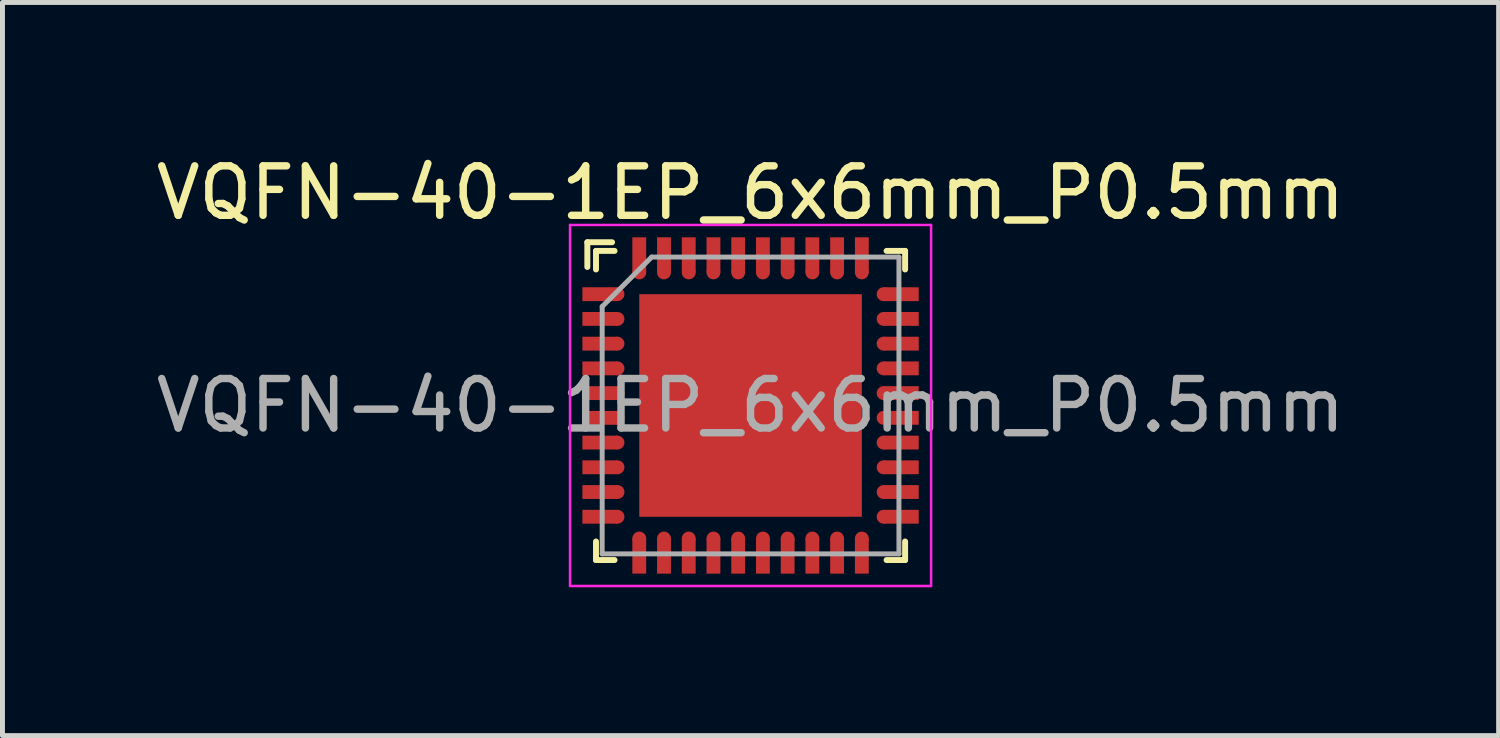
<source format=kicad_pcb>
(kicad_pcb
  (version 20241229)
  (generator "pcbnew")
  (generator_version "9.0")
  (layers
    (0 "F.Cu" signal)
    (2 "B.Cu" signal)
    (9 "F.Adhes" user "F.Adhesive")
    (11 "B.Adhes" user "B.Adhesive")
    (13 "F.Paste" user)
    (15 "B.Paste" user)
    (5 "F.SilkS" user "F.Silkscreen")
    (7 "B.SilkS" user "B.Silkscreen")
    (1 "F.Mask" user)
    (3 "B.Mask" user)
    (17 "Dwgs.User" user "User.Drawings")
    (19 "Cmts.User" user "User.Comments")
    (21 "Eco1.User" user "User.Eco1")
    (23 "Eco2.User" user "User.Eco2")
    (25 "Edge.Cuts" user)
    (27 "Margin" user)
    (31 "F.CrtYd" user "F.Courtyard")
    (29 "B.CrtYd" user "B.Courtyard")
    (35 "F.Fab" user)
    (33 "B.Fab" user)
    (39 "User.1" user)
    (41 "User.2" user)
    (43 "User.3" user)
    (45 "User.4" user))
  (footprint "VQFN-40-1EP_6x6mm_P0.5mm"
    (layer "F.Cu")
    (at 12.125 5.148)
    (property "Reference" "VQFN-40-1EP_6x6mm_P0.5mm" (at 0 -4.3 0) (layer "F.SilkS") (effects (font (size 1 1) (thickness 0.15))))
    (attr smd)
    (fp_line (start -3.3 -3.3) (end -3.3 -2.8) (stroke (width 0.12) (type solid)) (layer "F.SilkS"))
    (fp_line (start -3.125 -3.125) (end -3.125 -2.75) (stroke (width 0.12) (type solid)) (layer "F.SilkS"))
    (fp_line (start -3.125 -3.125) (end -2.75 -3.125) (stroke (width 0.12) (type solid)) (layer "F.SilkS"))
    (fp_line (start -3.125 3.125) (end -3.125 2.75) (stroke (width 0.12) (type solid)) (layer "F.SilkS"))
    (fp_line (start -3.125 3.125) (end -2.75 3.125) (stroke (width 0.12) (type solid)) (layer "F.SilkS"))
    (fp_line (start -2.8 -3.3) (end -3.3 -3.3) (stroke (width 0.12) (type solid)) (layer "F.SilkS"))
    (fp_line (start 3.125 -3.125) (end 2.75 -3.125) (stroke (width 0.12) (type solid)) (layer "F.SilkS"))
    (fp_line (start 3.125 -3.125) (end 3.125 -2.75) (stroke (width 0.12) (type solid)) (layer "F.SilkS"))
    (fp_line (start 3.125 3.125) (end 2.75 3.125) (stroke (width 0.12) (type solid)) (layer "F.SilkS"))
    (fp_line (start 3.125 3.125) (end 3.125 2.75) (stroke (width 0.12) (type solid)) (layer "F.SilkS"))
    (fp_line (start -3.65 -3.65) (end 3.65 -3.65) (stroke (width 0.05) (type solid)) (layer "F.CrtYd"))
    (fp_line (start -3.65 3.65) (end -3.65 -3.65) (stroke (width 0.05) (type solid)) (layer "F.CrtYd"))
    (fp_line (start -3.65 3.65) (end 3.65 3.65) (stroke (width 0.05) (type solid)) (layer "F.CrtYd"))
    (fp_line (start 3.65 3.65) (end 3.65 -3.65) (stroke (width 0.05) (type solid)) (layer "F.CrtYd"))
    (fp_line (start -3 -2) (end -3 3) (stroke (width 0.1) (type solid)) (layer "F.Fab"))
    (fp_line (start -3 -2) (end -2 -3) (stroke (width 0.1) (type solid)) (layer "F.Fab"))
    (fp_line (start -3 3) (end 3 3) (stroke (width 0.1) (type solid)) (layer "F.Fab"))
    (fp_line (start -2 -3) (end 3 -3) (stroke (width 0.1) (type solid)) (layer "F.Fab"))
    (fp_line (start 3 -3) (end 3 3) (stroke (width 0.1) (type solid)) (layer "F.Fab"))
    (fp_text user "${REFERENCE}" (at 0 0 0) (layer "F.Fab") (effects (font (size 1 1) (thickness 0.15))))
    (pad "" smd rect (at -3.033 -2.25 90) (size 0.23 0.685) (layers "F.Paste"))
    (pad "" smd rect (at -3.033 -1.75 90) (size 0.23 0.685) (layers "F.Paste"))
    (pad "" smd rect (at -3.033 -1.25 90) (size 0.23 0.685) (layers "F.Paste"))
    (pad "" smd rect (at -3.033 -0.75 90) (size 0.23 0.685) (layers "F.Paste"))
    (pad "" smd rect (at -3.033 -0.25 90) (size 0.23 0.685) (layers "F.Paste"))
    (pad "" smd rect (at -3.033 0.25 90) (size 0.23 0.685) (layers "F.Paste"))
    (pad "" smd rect (at -3.033 0.75 90) (size 0.23 0.685) (layers "F.Paste"))
    (pad "" smd rect (at -3.033 1.25 90) (size 0.23 0.685) (layers "F.Paste"))
    (pad "" smd rect (at -3.033 1.75 90) (size 0.23 0.685) (layers "F.Paste"))
    (pad "" smd rect (at -3.033 2.25 90) (size 0.23 0.685) (layers "F.Paste"))
    (pad "" smd circle (at -2.69 -2.25 90) (size 0.23 0.23) (layers "F.Paste"))
    (pad "" smd circle (at -2.69 -1.75 90) (size 0.23 0.23) (layers "F.Paste"))
    (pad "" smd circle (at -2.69 -1.25 90) (size 0.23 0.23) (layers "F.Paste"))
    (pad "" smd circle (at -2.69 -0.75 90) (size 0.23 0.23) (layers "F.Paste"))
    (pad "" smd circle (at -2.69 -0.25 90) (size 0.23 0.23) (layers "F.Paste"))
    (pad "" smd circle (at -2.69 0.25 90) (size 0.23 0.23) (layers "F.Paste"))
    (pad "" smd circle (at -2.69 0.75 90) (size 0.23 0.23) (layers "F.Paste"))
    (pad "" smd circle (at -2.69 1.25 90) (size 0.23 0.23) (layers "F.Paste"))
    (pad "" smd circle (at -2.69 1.75 90) (size 0.23 0.23) (layers "F.Paste"))
    (pad "" smd circle (at -2.69 2.25 90) (size 0.23 0.23) (layers "F.Paste"))
    (pad "" smd rect (at -2.25 -3.033) (size 0.23 0.685) (layers "F.Paste"))
    (pad "" smd circle (at -2.25 -2.69) (size 0.23 0.23) (layers "F.Paste"))
    (pad "" smd circle (at -2.25 2.69 90) (size 0.23 0.23) (layers "F.Paste"))
    (pad "" smd rect (at -2.25 3.033) (size 0.23 0.685) (layers "F.Paste"))
    (pad "" smd rect (at -1.75 -3.033) (size 0.23 0.685) (layers "F.Paste"))
    (pad "" smd circle (at -1.75 -2.69 90) (size 0.23 0.23) (layers "F.Paste"))
    (pad "" smd circle (at -1.75 2.69 90) (size 0.23 0.23) (layers "F.Paste"))
    (pad "" smd rect (at -1.75 3.033) (size 0.23 0.685) (layers "F.Paste"))
    (pad "" smd rect (at -1.5 -1.5) (size 1.2 1.2) (layers "F.Paste"))
    (pad "" smd rect (at -1.5 0) (size 1.2 1.2) (layers "F.Paste"))
    (pad "" smd rect (at -1.5 1.5) (size 1.2 1.2) (layers "F.Paste"))
    (pad "" smd rect (at -1.25 -3.033) (size 0.23 0.685) (layers "F.Paste"))
    (pad "" smd circle (at -1.25 -2.69 90) (size 0.23 0.23) (layers "F.Paste"))
    (pad "" smd circle (at -1.25 2.69 90) (size 0.23 0.23) (layers "F.Paste"))
    (pad "" smd rect (at -1.25 3.033) (size 0.23 0.685) (layers "F.Paste"))
    (pad "" smd rect (at -0.75 -3.033) (size 0.23 0.685) (layers "F.Paste"))
    (pad "" smd circle (at -0.75 -2.69 90) (size 0.23 0.23) (layers "F.Paste"))
    (pad "" smd circle (at -0.75 2.69 90) (size 0.23 0.23) (layers "F.Paste"))
    (pad "" smd rect (at -0.75 3.033) (size 0.23 0.685) (layers "F.Paste"))
    (pad "" smd rect (at -0.25 -3.033) (size 0.23 0.685) (layers "F.Paste"))
    (pad "" smd circle (at -0.25 -2.69 90) (size 0.23 0.23) (layers "F.Paste"))
    (pad "" smd circle (at -0.25 2.69 90) (size 0.23 0.23) (layers "F.Paste"))
    (pad "" smd rect (at -0.25 3.033) (size 0.23 0.685) (layers "F.Paste"))
    (pad "" smd rect (at 0 -1.5) (size 1.2 1.2) (layers "F.Paste"))
    (pad "" smd rect (at 0 0) (size 1.2 1.2) (layers "F.Paste"))
    (pad "" smd rect (at 0 1.5) (size 1.2 1.2) (layers "F.Paste"))
    (pad "" smd rect (at 0.25 -3.033) (size 0.23 0.685) (layers "F.Paste"))
    (pad "" smd circle (at 0.25 -2.69 90) (size 0.23 0.23) (layers "F.Paste"))
    (pad "" smd circle (at 0.25 2.69 90) (size 0.23 0.23) (layers "F.Paste"))
    (pad "" smd rect (at 0.25 3.033) (size 0.23 0.685) (layers "F.Paste"))
    (pad "" smd rect (at 0.75 -3.033) (size 0.23 0.685) (layers "F.Paste"))
    (pad "" smd circle (at 0.75 -2.69 90) (size 0.23 0.23) (layers "F.Paste"))
    (pad "" smd circle (at 0.75 2.69 90) (size 0.23 0.23) (layers "F.Paste"))
    (pad "" smd rect (at 0.75 3.033) (size 0.23 0.685) (layers "F.Paste"))
    (pad "" smd rect (at 1.25 -3.033) (size 0.23 0.685) (layers "F.Paste"))
    (pad "" smd circle (at 1.25 -2.69 90) (size 0.23 0.23) (layers "F.Paste"))
    (pad "" smd circle (at 1.25 2.69 90) (size 0.23 0.23) (layers "F.Paste"))
    (pad "" smd rect (at 1.25 3.033) (size 0.23 0.685) (layers "F.Paste"))
    (pad "" smd rect (at 1.5 -1.5) (size 1.2 1.2) (layers "F.Paste"))
    (pad "" smd rect (at 1.5 0) (size 1.2 1.2) (layers "F.Paste"))
    (pad "" smd rect (at 1.5 1.5) (size 1.2 1.2) (layers "F.Paste"))
    (pad "" smd rect (at 1.75 -3.033) (size 0.23 0.685) (layers "F.Paste"))
    (pad "" smd circle (at 1.75 -2.69 90) (size 0.23 0.23) (layers "F.Paste"))
    (pad "" smd circle (at 1.75 2.69 90) (size 0.23 0.23) (layers "F.Paste"))
    (pad "" smd rect (at 1.75 3.033) (size 0.23 0.685) (layers "F.Paste"))
    (pad "" smd rect (at 2.25 -3.033) (size 0.23 0.685) (layers "F.Paste"))
    (pad "" smd circle (at 2.25 -2.69 90) (size 0.23 0.23) (layers "F.Paste"))
    (pad "" smd circle (at 2.25 2.69 90) (size 0.23 0.23) (layers "F.Paste"))
    (pad "" smd rect (at 2.25 3.033) (size 0.23 0.685) (layers "F.Paste"))
    (pad "" smd circle (at 2.69 -2.25 90) (size 0.23 0.23) (layers "F.Paste"))
    (pad "" smd circle (at 2.69 -1.75 90) (size 0.23 0.23) (layers "F.Paste"))
    (pad "" smd circle (at 2.69 -1.25 90) (size 0.23 0.23) (layers "F.Paste"))
    (pad "" smd circle (at 2.69 -0.75 90) (size 0.23 0.23) (layers "F.Paste"))
    (pad "" smd circle (at 2.69 -0.25 90) (size 0.23 0.23) (layers "F.Paste"))
    (pad "" smd circle (at 2.69 0.25 90) (size 0.23 0.23) (layers "F.Paste"))
    (pad "" smd circle (at 2.69 0.75 90) (size 0.23 0.23) (layers "F.Paste"))
    (pad "" smd circle (at 2.69 1.25 90) (size 0.23 0.23) (layers "F.Paste"))
    (pad "" smd circle (at 2.69 1.75 90) (size 0.23 0.23) (layers "F.Paste"))
    (pad "" smd circle (at 2.69 2.25 90) (size 0.23 0.23) (layers "F.Paste"))
    (pad "" smd rect (at 3.033 -2.25 90) (size 0.23 0.685) (layers "F.Paste"))
    (pad "" smd rect (at 3.033 -1.75 90) (size 0.23 0.685) (layers "F.Paste"))
    (pad "" smd rect (at 3.033 -1.25 90) (size 0.23 0.685) (layers "F.Paste"))
    (pad "" smd rect (at 3.033 -0.75 90) (size 0.23 0.685) (layers "F.Paste"))
    (pad "" smd rect (at 3.033 -0.25 90) (size 0.23 0.685) (layers "F.Paste"))
    (pad "" smd rect (at 3.033 0.25 90) (size 0.23 0.685) (layers "F.Paste"))
    (pad "" smd rect (at 3.033 0.75 90) (size 0.23 0.685) (layers "F.Paste"))
    (pad "" smd rect (at 3.033 1.25 90) (size 0.23 0.685) (layers "F.Paste"))
    (pad "" smd rect (at 3.033 1.75 90) (size 0.23 0.685) (layers "F.Paste"))
    (pad "" smd rect (at 3.033 2.25 90) (size 0.23 0.685) (layers "F.Paste"))
    (pad "1" smd rect (at -3.045 -2.25) (size 0.71 0.28) (layers "F.Cu" "F.Mask"))
    (pad "1" smd circle (at -2.69 -2.25) (size 0.28 0.28) (layers "F.Cu" "F.Mask"))
    (pad "2" smd rect (at -3.045 -1.75) (size 0.71 0.28) (layers "F.Cu" "F.Mask"))
    (pad "2" smd circle (at -2.69 -1.75) (size 0.28 0.28) (layers "F.Cu" "F.Mask"))
    (pad "3" smd rect (at -3.045 -1.25) (size 0.71 0.28) (layers "F.Cu" "F.Mask"))
    (pad "3" smd circle (at -2.69 -1.25) (size 0.28 0.28) (layers "F.Cu" "F.Mask"))
    (pad "4" smd rect (at -3.045 -0.75) (size 0.71 0.28) (layers "F.Cu" "F.Mask"))
    (pad "4" smd circle (at -2.69 -0.75) (size 0.28 0.28) (layers "F.Cu" "F.Mask"))
    (pad "5" smd rect (at -3.045 -0.25) (size 0.71 0.28) (layers "F.Cu" "F.Mask"))
    (pad "5" smd circle (at -2.69 -0.25) (size 0.28 0.28) (layers "F.Cu" "F.Mask"))
    (pad "6" smd rect (at -3.045 0.25) (size 0.71 0.28) (layers "F.Cu" "F.Mask"))
    (pad "6" smd circle (at -2.69 0.25) (size 0.28 0.28) (layers "F.Cu" "F.Mask"))
    (pad "7" smd rect (at -3.045 0.75) (size 0.71 0.28) (layers "F.Cu" "F.Mask"))
    (pad "7" smd circle (at -2.69 0.75) (size 0.28 0.28) (layers "F.Cu" "F.Mask"))
    (pad "8" smd rect (at -3.045 1.25) (size 0.71 0.28) (layers "F.Cu" "F.Mask"))
    (pad "8" smd circle (at -2.69 1.25) (size 0.28 0.28) (layers "F.Cu" "F.Mask"))
    (pad "9" smd rect (at -3.045 1.75) (size 0.71 0.28) (layers "F.Cu" "F.Mask"))
    (pad "9" smd circle (at -2.69 1.75) (size 0.28 0.28) (layers "F.Cu" "F.Mask"))
    (pad "10" smd rect (at -3.045 2.25) (size 0.71 0.28) (layers "F.Cu" "F.Mask"))
    (pad "10" smd circle (at -2.69 2.25) (size 0.28 0.28) (layers "F.Cu" "F.Mask"))
    (pad "11" smd circle (at -2.25 2.69) (size 0.28 0.28) (layers "F.Cu" "F.Mask"))
    (pad "11" smd rect (at -2.25 3.045) (size 0.28 0.71) (layers "F.Cu" "F.Mask"))
    (pad "12" smd circle (at -1.75 2.69) (size 0.28 0.28) (layers "F.Cu" "F.Mask"))
    (pad "12" smd rect (at -1.75 3.045) (size 0.28 0.71) (layers "F.Cu" "F.Mask"))
    (pad "13" smd circle (at -1.25 2.69) (size 0.28 0.28) (layers "F.Cu" "F.Mask"))
    (pad "13" smd rect (at -1.25 3.045) (size 0.28 0.71) (layers "F.Cu" "F.Mask"))
    (pad "14" smd circle (at -0.75 2.69) (size 0.28 0.28) (layers "F.Cu" "F.Mask"))
    (pad "14" smd rect (at -0.75 3.045) (size 0.28 0.71) (layers "F.Cu" "F.Mask"))
    (pad "15" smd circle (at -0.25 2.69) (size 0.28 0.28) (layers "F.Cu" "F.Mask"))
    (pad "15" smd rect (at -0.25 3.045) (size 0.28 0.71) (layers "F.Cu" "F.Mask"))
    (pad "16" smd circle (at 0.25 2.69) (size 0.28 0.28) (layers "F.Cu" "F.Mask"))
    (pad "16" smd rect (at 0.25 3.045) (size 0.28 0.71) (layers "F.Cu" "F.Mask"))
    (pad "17" smd circle (at 0.75 2.69) (size 0.28 0.28) (layers "F.Cu" "F.Mask"))
    (pad "17" smd rect (at 0.75 3.045) (size 0.28 0.71) (layers "F.Cu" "F.Mask"))
    (pad "18" smd circle (at 1.25 2.69) (size 0.28 0.28) (layers "F.Cu" "F.Mask"))
    (pad "18" smd rect (at 1.25 3.045) (size 0.28 0.71) (layers "F.Cu" "F.Mask"))
    (pad "19" smd circle (at 1.75 2.69) (size 0.28 0.28) (layers "F.Cu" "F.Mask"))
    (pad "19" smd rect (at 1.75 3.045) (size 0.28 0.71) (layers "F.Cu" "F.Mask"))
    (pad "20" smd circle (at 2.25 2.69) (size 0.28 0.28) (layers "F.Cu" "F.Mask"))
    (pad "20" smd rect (at 2.25 3.045) (size 0.28 0.71) (layers "F.Cu" "F.Mask"))
    (pad "21" smd circle (at 2.69 2.25) (size 0.28 0.28) (layers "F.Cu" "F.Mask"))
    (pad "21" smd rect (at 3.045 2.25) (size 0.71 0.28) (layers "F.Cu" "F.Mask"))
    (pad "22" smd circle (at 2.69 1.75) (size 0.28 0.28) (layers "F.Cu" "F.Mask"))
    (pad "22" smd rect (at 3.045 1.75) (size 0.71 0.28) (layers "F.Cu" "F.Mask"))
    (pad "23" smd circle (at 2.69 1.25) (size 0.28 0.28) (layers "F.Cu" "F.Mask"))
    (pad "23" smd rect (at 3.045 1.25) (size 0.71 0.28) (layers "F.Cu" "F.Mask"))
    (pad "24" smd circle (at 2.69 0.75) (size 0.28 0.28) (layers "F.Cu" "F.Mask"))
    (pad "24" smd rect (at 3.045 0.75) (size 0.71 0.28) (layers "F.Cu" "F.Mask"))
    (pad "25" smd circle (at 2.69 0.25) (size 0.28 0.28) (layers "F.Cu" "F.Mask"))
    (pad "25" smd rect (at 3.045 0.25) (size 0.71 0.28) (layers "F.Cu" "F.Mask"))
    (pad "26" smd circle (at 2.69 -0.25) (size 0.28 0.28) (layers "F.Cu" "F.Mask"))
    (pad "26" smd rect (at 3.045 -0.25) (size 0.71 0.28) (layers "F.Cu" "F.Mask"))
    (pad "27" smd circle (at 2.69 -0.75) (size 0.28 0.28) (layers "F.Cu" "F.Mask"))
    (pad "27" smd rect (at 3.045 -0.75) (size 0.71 0.28) (layers "F.Cu" "F.Mask"))
    (pad "28" smd circle (at 2.69 -1.25) (size 0.28 0.28) (layers "F.Cu" "F.Mask"))
    (pad "28" smd rect (at 3.045 -1.25) (size 0.71 0.28) (layers "F.Cu" "F.Mask"))
    (pad "29" smd circle (at 2.69 -1.75) (size 0.28 0.28) (layers "F.Cu" "F.Mask"))
    (pad "29" smd rect (at 3.045 -1.75) (size 0.71 0.28) (layers "F.Cu" "F.Mask"))
    (pad "30" smd circle (at 2.69 -2.25) (size 0.28 0.28) (layers "F.Cu" "F.Mask"))
    (pad "30" smd rect (at 3.045 -2.25) (size 0.71 0.28) (layers "F.Cu" "F.Mask"))
    (pad "31" smd rect (at 2.25 -3.045) (size 0.28 0.71) (layers "F.Cu" "F.Mask"))
    (pad "31" smd circle (at 2.25 -2.69) (size 0.28 0.28) (layers "F.Cu" "F.Mask"))
    (pad "32" smd rect (at 1.75 -3.045) (size 0.28 0.71) (layers "F.Cu" "F.Mask"))
    (pad "32" smd circle (at 1.75 -2.69) (size 0.28 0.28) (layers "F.Cu" "F.Mask"))
    (pad "33" smd rect (at 1.25 -3.045) (size 0.28 0.71) (layers "F.Cu" "F.Mask"))
    (pad "33" smd circle (at 1.25 -2.69) (size 0.28 0.28) (layers "F.Cu" "F.Mask"))
    (pad "34" smd rect (at 0.75 -3.045) (size 0.28 0.71) (layers "F.Cu" "F.Mask"))
    (pad "34" smd circle (at 0.75 -2.69) (size 0.28 0.28) (layers "F.Cu" "F.Mask"))
    (pad "35" smd rect (at 0.25 -3.045) (size 0.28 0.71) (layers "F.Cu" "F.Mask"))
    (pad "35" smd circle (at 0.25 -2.69) (size 0.28 0.28) (layers "F.Cu" "F.Mask"))
    (pad "36" smd rect (at -0.25 -3.045) (size 0.28 0.71) (layers "F.Cu" "F.Mask"))
    (pad "36" smd circle (at -0.25 -2.69) (size 0.28 0.28) (layers "F.Cu" "F.Mask"))
    (pad "37" smd rect (at -0.75 -3.045) (size 0.28 0.71) (layers "F.Cu" "F.Mask"))
    (pad "37" smd circle (at -0.75 -2.69) (size 0.28 0.28) (layers "F.Cu" "F.Mask"))
    (pad "38" smd rect (at -1.25 -3.045) (size 0.28 0.71) (layers "F.Cu" "F.Mask"))
    (pad "38" smd circle (at -1.25 -2.69) (size 0.28 0.28) (layers "F.Cu" "F.Mask"))
    (pad "39" smd rect (at -1.75 -3.045) (size 0.28 0.71) (layers "F.Cu" "F.Mask"))
    (pad "39" smd circle (at -1.75 -2.69) (size 0.28 0.28) (layers "F.Cu" "F.Mask"))
    (pad "40" smd rect (at -2.25 -3.045) (size 0.28 0.71) (layers "F.Cu" "F.Mask"))
    (pad "40" smd circle (at -2.25 -2.69) (size 0.28 0.28) (layers "F.Cu" "F.Mask"))
    (pad "41" smd rect (at 0 0) (size 4.5 4.5) (layers "F.Cu" "F.Mask")))
  (gr_rect
    (start -3 -3)
    (end 27.25 11.823)
    (stroke (width 0.1) (type default))
    (fill no)
    (layer "Edge.Cuts")))
</source>
